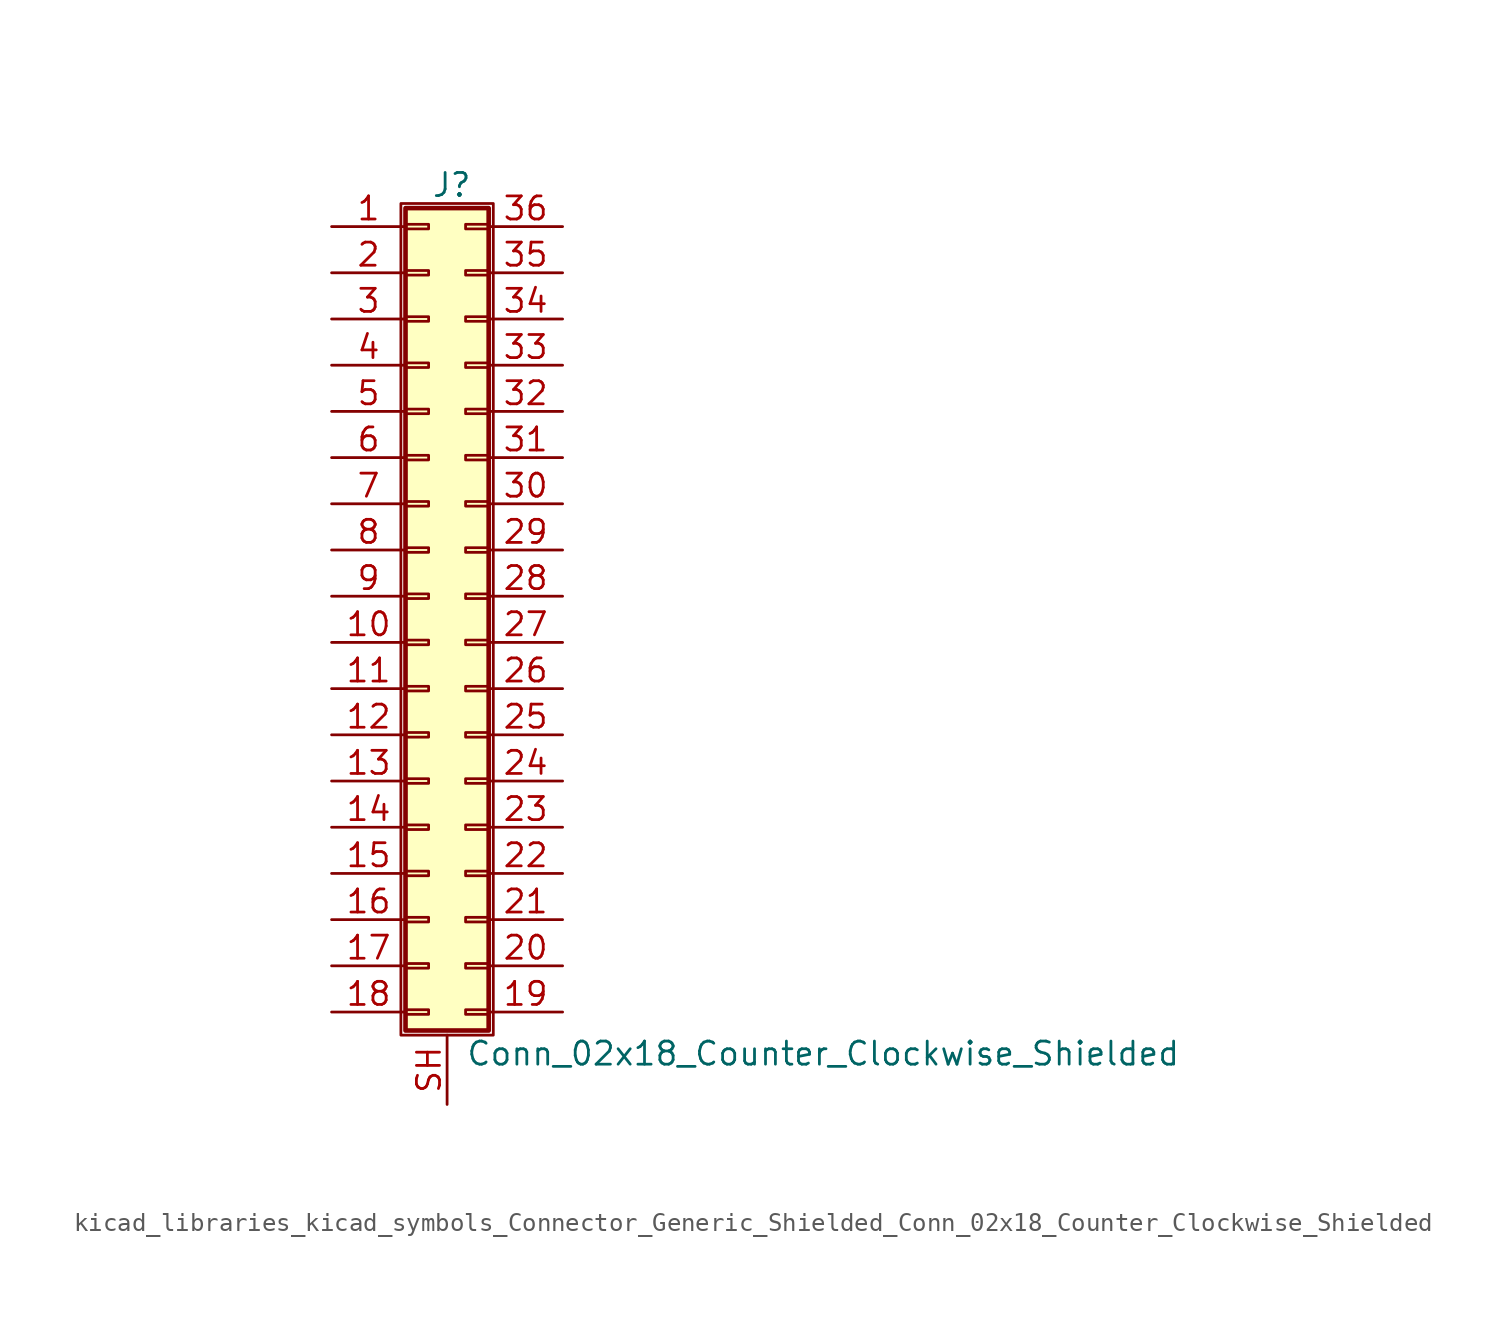
<source format=kicad_sym>
(kicad_symbol_lib
  (version 20220914)
  (generator kicad_symbol_editor)
  (symbol "kicad_libraries_kicad_symbols_Connector_Generic_Shielded_Conn_02x18_Counter_Clockwise_Shielded"
    (pin_names
      (offset 1.016) hide)
    (property "Reference" "J"
      (at 1.524 22.606 0)
      (effects (font (size 1.27 1.27))))
    (property "Value" "Conn_02x18_Counter_Clockwise_Shielded"
      (at 2.286 -25.146 0)
      (effects (font (size 1.27 1.27)) (justify left)))
    (symbol "kicad_libraries_kicad_symbols_Connector_Generic_Shielded_Conn_02x18_Counter_Clockwise_Shielded_1_1"
      (rectangle (start -1.27 21.59) (end 3.81 -24.13) (stroke (width 0.152) (type default)) (fill (type none)))
      (rectangle (start -1.016 -22.733) (end 0.254 -22.987) (stroke (width 0.152) (type default)) (fill (type none)))
      (rectangle (start -1.016 -20.193) (end 0.254 -20.447) (stroke (width 0.152) (type default)) (fill (type none)))
      (rectangle (start -1.016 -17.653) (end 0.254 -17.907) (stroke (width 0.152) (type default)) (fill (type none)))
      (rectangle (start -1.016 -15.113) (end 0.254 -15.367) (stroke (width 0.152) (type default)) (fill (type none)))
      (rectangle (start -1.016 -12.573) (end 0.254 -12.827) (stroke (width 0.152) (type default)) (fill (type none)))
      (rectangle (start -1.016 -10.033) (end 0.254 -10.287) (stroke (width 0.152) (type default)) (fill (type none)))
      (rectangle (start -1.016 -7.493) (end 0.254 -7.747) (stroke (width 0.152) (type default)) (fill (type none)))
      (rectangle (start -1.016 -4.953) (end 0.254 -5.207) (stroke (width 0.152) (type default)) (fill (type none)))
      (rectangle (start -1.016 -2.413) (end 0.254 -2.667) (stroke (width 0.152) (type default)) (fill (type none)))
      (rectangle (start -1.016 0.127) (end 0.254 -0.127) (stroke (width 0.152) (type default)) (fill (type none)))
      (rectangle (start -1.016 2.667) (end 0.254 2.413) (stroke (width 0.152) (type default)) (fill (type none)))
      (rectangle (start -1.016 5.207) (end 0.254 4.953) (stroke (width 0.152) (type default)) (fill (type none)))
      (rectangle (start -1.016 7.747) (end 0.254 7.493) (stroke (width 0.152) (type default)) (fill (type none)))
      (rectangle (start -1.016 10.287) (end 0.254 10.033) (stroke (width 0.152) (type default)) (fill (type none)))
      (rectangle (start -1.016 12.827) (end 0.254 12.573) (stroke (width 0.152) (type default)) (fill (type none)))
      (rectangle (start -1.016 15.367) (end 0.254 15.113) (stroke (width 0.152) (type default)) (fill (type none)))
      (rectangle (start -1.016 17.907) (end 0.254 17.653) (stroke (width 0.152) (type default)) (fill (type none)))
      (rectangle (start -1.016 20.447) (end 0.254 20.193) (stroke (width 0.152) (type default)) (fill (type none)))
      (rectangle (start -1.016 21.336) (end 3.556 -23.876) (stroke (width 0.254) (type default)) (fill (type background)))
      (rectangle (start 3.556 -22.733) (end 2.286 -22.987) (stroke (width 0.152) (type default)) (fill (type none)))
      (rectangle (start 3.556 -20.193) (end 2.286 -20.447) (stroke (width 0.152) (type default)) (fill (type none)))
      (rectangle (start 3.556 -17.653) (end 2.286 -17.907) (stroke (width 0.152) (type default)) (fill (type none)))
      (rectangle (start 3.556 -15.113) (end 2.286 -15.367) (stroke (width 0.152) (type default)) (fill (type none)))
      (rectangle (start 3.556 -12.573) (end 2.286 -12.827) (stroke (width 0.152) (type default)) (fill (type none)))
      (rectangle (start 3.556 -10.033) (end 2.286 -10.287) (stroke (width 0.152) (type default)) (fill (type none)))
      (rectangle (start 3.556 -7.493) (end 2.286 -7.747) (stroke (width 0.152) (type default)) (fill (type none)))
      (rectangle (start 3.556 -4.953) (end 2.286 -5.207) (stroke (width 0.152) (type default)) (fill (type none)))
      (rectangle (start 3.556 -2.413) (end 2.286 -2.667) (stroke (width 0.152) (type default)) (fill (type none)))
      (rectangle (start 3.556 0.127) (end 2.286 -0.127) (stroke (width 0.152) (type default)) (fill (type none)))
      (rectangle (start 3.556 2.667) (end 2.286 2.413) (stroke (width 0.152) (type default)) (fill (type none)))
      (rectangle (start 3.556 5.207) (end 2.286 4.953) (stroke (width 0.152) (type default)) (fill (type none)))
      (rectangle (start 3.556 7.747) (end 2.286 7.493) (stroke (width 0.152) (type default)) (fill (type none)))
      (rectangle (start 3.556 10.287) (end 2.286 10.033) (stroke (width 0.152) (type default)) (fill (type none)))
      (rectangle (start 3.556 12.827) (end 2.286 12.573) (stroke (width 0.152) (type default)) (fill (type none)))
      (rectangle (start 3.556 15.367) (end 2.286 15.113) (stroke (width 0.152) (type default)) (fill (type none)))
      (rectangle (start 3.556 17.907) (end 2.286 17.653) (stroke (width 0.152) (type default)) (fill (type none)))
      (rectangle (start 3.556 20.447) (end 2.286 20.193) (stroke (width 0.152) (type default)) (fill (type none)))
      (pin passive line (at -5.08 20.32 0) (length 4.064) (name "Pin_1" (effects (font (size 1.27 1.27)))) (number "1" (effects (font (size 1.27 1.27)))))
      (pin passive line (at -5.08 -2.54 0) (length 4.064) (name "Pin_10" (effects (font (size 1.27 1.27)))) (number "10" (effects (font (size 1.27 1.27)))))
      (pin passive line (at -5.08 -5.08 0) (length 4.064) (name "Pin_11" (effects (font (size 1.27 1.27)))) (number "11" (effects (font (size 1.27 1.27)))))
      (pin passive line (at -5.08 -7.62 0) (length 4.064) (name "Pin_12" (effects (font (size 1.27 1.27)))) (number "12" (effects (font (size 1.27 1.27)))))
      (pin passive line (at -5.08 -10.16 0) (length 4.064) (name "Pin_13" (effects (font (size 1.27 1.27)))) (number "13" (effects (font (size 1.27 1.27)))))
      (pin passive line (at -5.08 -12.7 0) (length 4.064) (name "Pin_14" (effects (font (size 1.27 1.27)))) (number "14" (effects (font (size 1.27 1.27)))))
      (pin passive line (at -5.08 -15.24 0) (length 4.064) (name "Pin_15" (effects (font (size 1.27 1.27)))) (number "15" (effects (font (size 1.27 1.27)))))
      (pin passive line (at -5.08 -17.78 0) (length 4.064) (name "Pin_16" (effects (font (size 1.27 1.27)))) (number "16" (effects (font (size 1.27 1.27)))))
      (pin passive line (at -5.08 -20.32 0) (length 4.064) (name "Pin_17" (effects (font (size 1.27 1.27)))) (number "17" (effects (font (size 1.27 1.27)))))
      (pin passive line (at -5.08 -22.86 0) (length 4.064) (name "Pin_18" (effects (font (size 1.27 1.27)))) (number "18" (effects (font (size 1.27 1.27)))))
      (pin passive line (at 7.62 -22.86 180) (length 4.064) (name "Pin_19" (effects (font (size 1.27 1.27)))) (number "19" (effects (font (size 1.27 1.27)))))
      (pin passive line (at -5.08 17.78 0) (length 4.064) (name "Pin_2" (effects (font (size 1.27 1.27)))) (number "2" (effects (font (size 1.27 1.27)))))
      (pin passive line (at 7.62 -20.32 180) (length 4.064) (name "Pin_20" (effects (font (size 1.27 1.27)))) (number "20" (effects (font (size 1.27 1.27)))))
      (pin passive line (at 7.62 -17.78 180) (length 4.064) (name "Pin_21" (effects (font (size 1.27 1.27)))) (number "21" (effects (font (size 1.27 1.27)))))
      (pin passive line (at 7.62 -15.24 180) (length 4.064) (name "Pin_22" (effects (font (size 1.27 1.27)))) (number "22" (effects (font (size 1.27 1.27)))))
      (pin passive line (at 7.62 -12.7 180) (length 4.064) (name "Pin_23" (effects (font (size 1.27 1.27)))) (number "23" (effects (font (size 1.27 1.27)))))
      (pin passive line (at 7.62 -10.16 180) (length 4.064) (name "Pin_24" (effects (font (size 1.27 1.27)))) (number "24" (effects (font (size 1.27 1.27)))))
      (pin passive line (at 7.62 -7.62 180) (length 4.064) (name "Pin_25" (effects (font (size 1.27 1.27)))) (number "25" (effects (font (size 1.27 1.27)))))
      (pin passive line (at 7.62 -5.08 180) (length 4.064) (name "Pin_26" (effects (font (size 1.27 1.27)))) (number "26" (effects (font (size 1.27 1.27)))))
      (pin passive line (at 7.62 -2.54 180) (length 4.064) (name "Pin_27" (effects (font (size 1.27 1.27)))) (number "27" (effects (font (size 1.27 1.27)))))
      (pin passive line (at 7.62 0 180) (length 4.064) (name "Pin_28" (effects (font (size 1.27 1.27)))) (number "28" (effects (font (size 1.27 1.27)))))
      (pin passive line (at 7.62 2.54 180) (length 4.064) (name "Pin_29" (effects (font (size 1.27 1.27)))) (number "29" (effects (font (size 1.27 1.27)))))
      (pin passive line (at -5.08 15.24 0) (length 4.064) (name "Pin_3" (effects (font (size 1.27 1.27)))) (number "3" (effects (font (size 1.27 1.27)))))
      (pin passive line (at 7.62 5.08 180) (length 4.064) (name "Pin_30" (effects (font (size 1.27 1.27)))) (number "30" (effects (font (size 1.27 1.27)))))
      (pin passive line (at 7.62 7.62 180) (length 4.064) (name "Pin_31" (effects (font (size 1.27 1.27)))) (number "31" (effects (font (size 1.27 1.27)))))
      (pin passive line (at 7.62 10.16 180) (length 4.064) (name "Pin_32" (effects (font (size 1.27 1.27)))) (number "32" (effects (font (size 1.27 1.27)))))
      (pin passive line (at 7.62 12.7 180) (length 4.064) (name "Pin_33" (effects (font (size 1.27 1.27)))) (number "33" (effects (font (size 1.27 1.27)))))
      (pin passive line (at 7.62 15.24 180) (length 4.064) (name "Pin_34" (effects (font (size 1.27 1.27)))) (number "34" (effects (font (size 1.27 1.27)))))
      (pin passive line (at 7.62 17.78 180) (length 4.064) (name "Pin_35" (effects (font (size 1.27 1.27)))) (number "35" (effects (font (size 1.27 1.27)))))
      (pin passive line (at 7.62 20.32 180) (length 4.064) (name "Pin_36" (effects (font (size 1.27 1.27)))) (number "36" (effects (font (size 1.27 1.27)))))
      (pin passive line (at -5.08 12.7 0) (length 4.064) (name "Pin_4" (effects (font (size 1.27 1.27)))) (number "4" (effects (font (size 1.27 1.27)))))
      (pin passive line (at -5.08 10.16 0) (length 4.064) (name "Pin_5" (effects (font (size 1.27 1.27)))) (number "5" (effects (font (size 1.27 1.27)))))
      (pin passive line (at -5.08 7.62 0) (length 4.064) (name "Pin_6" (effects (font (size 1.27 1.27)))) (number "6" (effects (font (size 1.27 1.27)))))
      (pin passive line (at -5.08 5.08 0) (length 4.064) (name "Pin_7" (effects (font (size 1.27 1.27)))) (number "7" (effects (font (size 1.27 1.27)))))
      (pin passive line (at -5.08 2.54 0) (length 4.064) (name "Pin_8" (effects (font (size 1.27 1.27)))) (number "8" (effects (font (size 1.27 1.27)))))
      (pin passive line (at -5.08 0 0) (length 4.064) (name "Pin_9" (effects (font (size 1.27 1.27)))) (number "9" (effects (font (size 1.27 1.27)))))
      (pin passive line (at 1.27 -27.94 90) (length 3.81) (name "Shield" (effects (font (size 1.27 1.27)))) (number "SH" (effects (font (size 1.27 1.27))))))))
</source>
